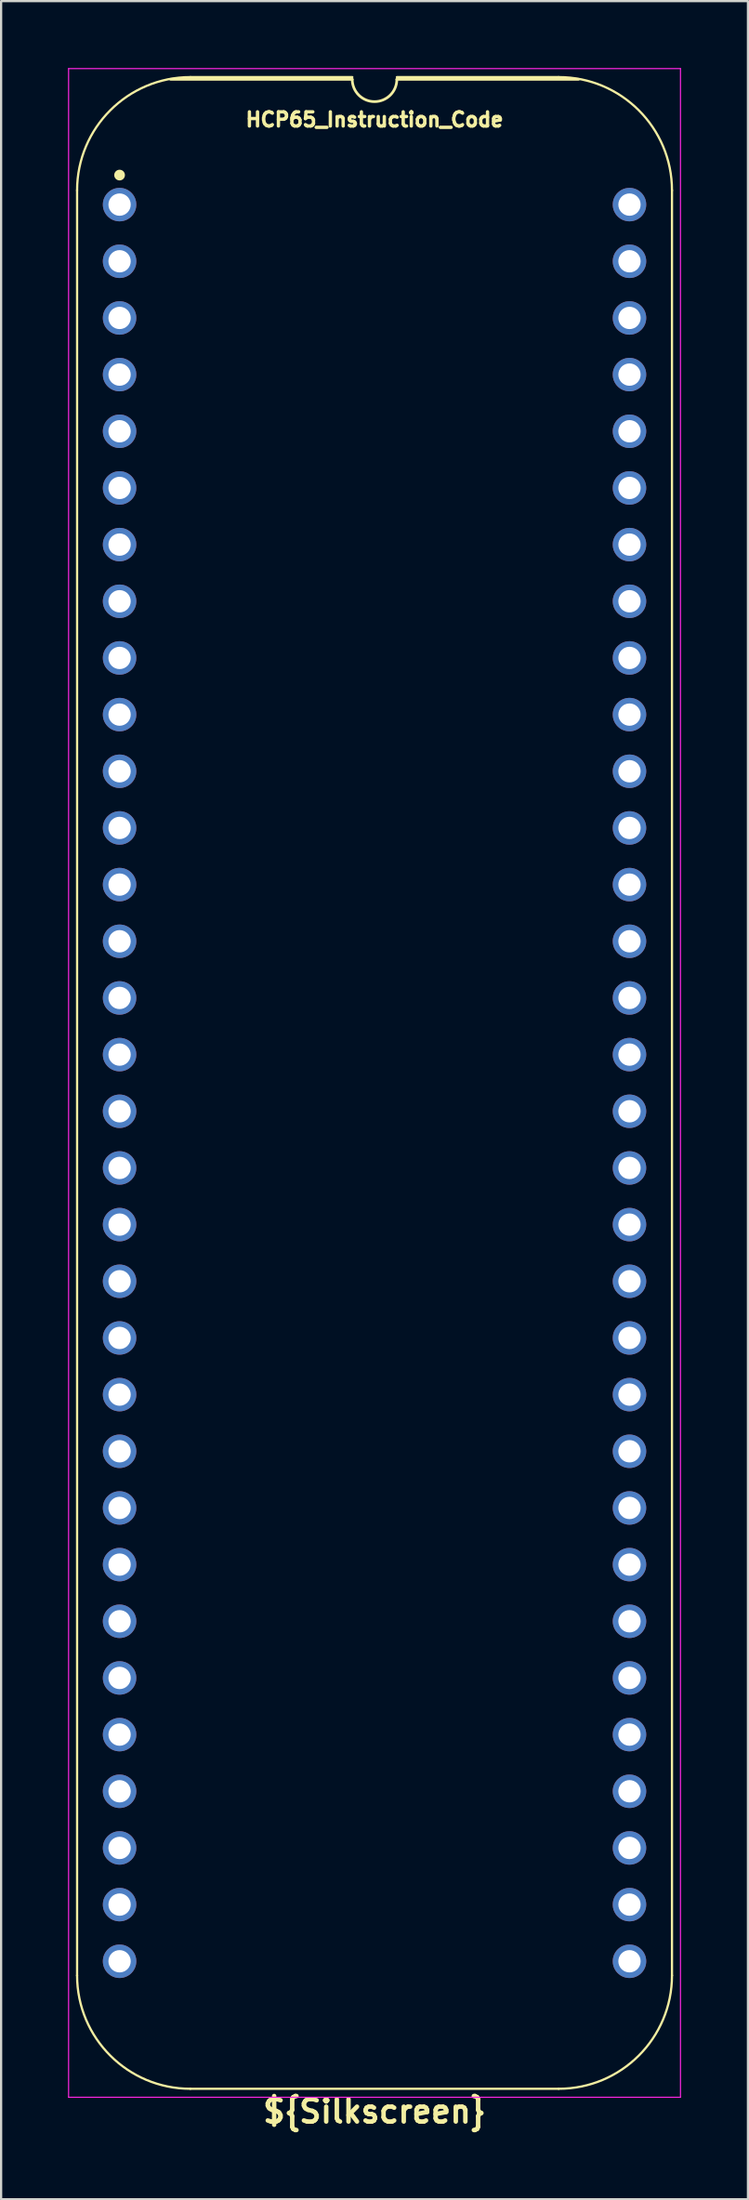
<source format=kicad_pcb>
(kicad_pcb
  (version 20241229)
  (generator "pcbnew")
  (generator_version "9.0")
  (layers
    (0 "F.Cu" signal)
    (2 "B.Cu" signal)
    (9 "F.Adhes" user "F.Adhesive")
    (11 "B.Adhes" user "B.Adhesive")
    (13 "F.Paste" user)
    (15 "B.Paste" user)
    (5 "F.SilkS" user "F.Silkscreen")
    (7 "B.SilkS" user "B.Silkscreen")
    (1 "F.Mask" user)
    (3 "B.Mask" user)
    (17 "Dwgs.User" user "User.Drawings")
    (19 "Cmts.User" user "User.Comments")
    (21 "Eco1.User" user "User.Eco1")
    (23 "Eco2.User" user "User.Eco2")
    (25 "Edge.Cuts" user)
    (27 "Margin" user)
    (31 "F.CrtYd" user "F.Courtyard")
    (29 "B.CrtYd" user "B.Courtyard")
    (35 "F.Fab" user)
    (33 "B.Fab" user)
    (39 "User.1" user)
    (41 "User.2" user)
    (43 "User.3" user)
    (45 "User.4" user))
  (footprint "HCP65_Instruction_Code"
    (layer "F.Cu")
    (at 2.311 6.121)
    (property "Reference" "HCP65_Instruction_Code" (at 11.43 -3.81 0) (layer "F.SilkS") (effects (font (size 0.635 0.635) (thickness 0.15))))
    (property "Silkscreen" "${Silkscreen}" (at 11.43 85.471 0) (layer "F.SilkS") (effects (font (size 1 1) (thickness 0.2))))
    (attr through_hole)
    (fp_line (start -1.905 -0.635) (end -1.905 79.375) (stroke (width 0.1) (type solid)) (layer "F.SilkS"))
    (fp_line (start 10.43 -5.616) (end 2.286 -5.616) (stroke (width 0.12) (type solid)) (layer "F.SilkS"))
    (fp_line (start 10.435 -5.715) (end 3.175 -5.715) (stroke (width 0.1) (type solid)) (layer "F.SilkS"))
    (fp_line (start 19.685 -5.715) (end 12.43 -5.715) (stroke (width 0.1) (type solid)) (layer "F.SilkS"))
    (fp_line (start 19.685 84.455) (end 3.175 84.455) (stroke (width 0.1) (type solid)) (layer "F.SilkS"))
    (fp_line (start 20.574 -5.616) (end 12.43 -5.616) (stroke (width 0.12) (type solid)) (layer "F.SilkS"))
    (fp_line (start 24.765 79.375) (end 24.765 -0.635) (stroke (width 0.1) (type solid)) (layer "F.SilkS"))
    (fp_arc (start -1.905 -0.635) (mid -0.417102 -4.227102) (end 3.175 -5.715) (stroke (width 0.1) (type solid)) (layer "F.SilkS"))
    (fp_arc (start 3.175 84.455) (mid -0.417102 82.967102) (end -1.905 79.375) (stroke (width 0.1) (type solid)) (layer "F.SilkS"))
    (fp_arc (start 12.43 -5.616) (mid 11.43 -4.616) (end 10.43 -5.616) (stroke (width 0.12) (type solid)) (layer "F.SilkS"))
    (fp_arc (start 19.685 -5.715) (mid 23.277102 -4.227102) (end 24.765 -0.635) (stroke (width 0.1) (type solid)) (layer "F.SilkS"))
    (fp_arc (start 24.765 79.375) (mid 23.277102 82.967102) (end 19.685 84.455) (stroke (width 0.1) (type solid)) (layer "F.SilkS"))
    (fp_circle (center 0 -1.323) (end 0.18 -1.323) (stroke (width 0.12) (type solid)) (fill yes) (layer "F.SilkS"))
    (fp_line (start -2.286 -6.096) (end -2.286 84.836) (stroke (width 0.05) (type solid)) (layer "F.CrtYd"))
    (fp_line (start -2.286 -6.096) (end 25.146 -6.096) (stroke (width 0.05) (type solid)) (layer "F.CrtYd"))
    (fp_line (start -2.286 84.836) (end 25.146 84.836) (stroke (width 0.05) (type solid)) (layer "F.CrtYd"))
    (fp_line (start 25.146 84.836) (end 25.146 -6.096) (stroke (width 0.05) (type solid)) (layer "F.CrtYd"))
    (pad "1" thru_hole circle (at 0 0) (size 1.5 1.5) (drill 1) (layers "*.Cu" "*.Mask"))
    (pad "2" thru_hole circle (at 0 2.54) (size 1.5 1.5) (drill 1) (layers "*.Cu" "*.Mask"))
    (pad "3" thru_hole circle (at 0 5.08) (size 1.5 1.5) (drill 1) (layers "*.Cu" "*.Mask"))
    (pad "4" thru_hole circle (at 0 7.62) (size 1.5 1.5) (drill 1) (layers "*.Cu" "*.Mask"))
    (pad "5" thru_hole circle (at 0 10.16) (size 1.5 1.5) (drill 1) (layers "*.Cu" "*.Mask"))
    (pad "6" thru_hole circle (at 0 12.7) (size 1.5 1.5) (drill 1) (layers "*.Cu" "*.Mask"))
    (pad "7" thru_hole circle (at 0 15.24) (size 1.5 1.5) (drill 1) (layers "*.Cu" "*.Mask"))
    (pad "8" thru_hole circle (at 0 17.78) (size 1.5 1.5) (drill 1) (layers "*.Cu" "*.Mask"))
    (pad "9" thru_hole circle (at 0 20.32) (size 1.5 1.5) (drill 1) (layers "*.Cu" "*.Mask"))
    (pad "10" thru_hole circle (at 0 22.86) (size 1.5 1.5) (drill 1) (layers "*.Cu" "*.Mask"))
    (pad "11" thru_hole circle (at 0 25.4) (size 1.5 1.5) (drill 1) (layers "*.Cu" "*.Mask"))
    (pad "12" thru_hole circle (at 0 27.94) (size 1.5 1.5) (drill 1) (layers "*.Cu" "*.Mask"))
    (pad "13" thru_hole circle (at 0 30.48) (size 1.5 1.5) (drill 1) (layers "*.Cu" "*.Mask"))
    (pad "14" thru_hole circle (at 0 33.02) (size 1.5 1.5) (drill 1) (layers "*.Cu" "*.Mask"))
    (pad "15" thru_hole circle (at 0 35.56) (size 1.5 1.5) (drill 1) (layers "*.Cu" "*.Mask"))
    (pad "16" thru_hole circle (at 0 38.1) (size 1.5 1.5) (drill 1) (layers "*.Cu" "*.Mask"))
    (pad "17" thru_hole circle (at 0 40.64) (size 1.5 1.5) (drill 1) (layers "*.Cu" "*.Mask"))
    (pad "18" thru_hole circle (at 0 43.18) (size 1.5 1.5) (drill 1) (layers "*.Cu" "*.Mask"))
    (pad "19" thru_hole circle (at 0 45.72) (size 1.5 1.5) (drill 1) (layers "*.Cu" "*.Mask"))
    (pad "20" thru_hole circle (at 0 48.26) (size 1.5 1.5) (drill 1) (layers "*.Cu" "*.Mask"))
    (pad "21" thru_hole circle (at 0 50.8) (size 1.5 1.5) (drill 1) (layers "*.Cu" "*.Mask"))
    (pad "22" thru_hole circle (at 0 53.34) (size 1.5 1.5) (drill 1) (layers "*.Cu" "*.Mask"))
    (pad "23" thru_hole circle (at 0 55.88) (size 1.5 1.5) (drill 1) (layers "*.Cu" "*.Mask"))
    (pad "24" thru_hole circle (at 0 58.42) (size 1.5 1.5) (drill 1) (layers "*.Cu" "*.Mask"))
    (pad "25" thru_hole circle (at 0 60.96) (size 1.5 1.5) (drill 1) (layers "*.Cu" "*.Mask"))
    (pad "26" thru_hole circle (at 0 63.5) (size 1.5 1.5) (drill 1) (layers "*.Cu" "*.Mask"))
    (pad "27" thru_hole circle (at 0 66.04) (size 1.5 1.5) (drill 1) (layers "*.Cu" "*.Mask"))
    (pad "28" thru_hole circle (at 0 68.58) (size 1.5 1.5) (drill 1) (layers "*.Cu" "*.Mask"))
    (pad "29" thru_hole circle (at 0 71.12) (size 1.5 1.5) (drill 1) (layers "*.Cu" "*.Mask"))
    (pad "30" thru_hole circle (at 0 73.66) (size 1.5 1.5) (drill 1) (layers "*.Cu" "*.Mask"))
    (pad "31" thru_hole circle (at 0 76.2) (size 1.5 1.5) (drill 1) (layers "*.Cu" "*.Mask"))
    (pad "32" thru_hole circle (at 0 78.74) (size 1.5 1.5) (drill 1) (layers "*.Cu" "*.Mask"))
    (pad "33" thru_hole circle (at 22.86 78.74) (size 1.5 1.5) (drill 1) (layers "*.Cu" "*.Mask"))
    (pad "34" thru_hole circle (at 22.86 76.2) (size 1.5 1.5) (drill 1) (layers "*.Cu" "*.Mask"))
    (pad "35" thru_hole circle (at 22.86 73.66) (size 1.5 1.5) (drill 1) (layers "*.Cu" "*.Mask"))
    (pad "36" thru_hole circle (at 22.86 71.12) (size 1.5 1.5) (drill 1) (layers "*.Cu" "*.Mask"))
    (pad "37" thru_hole circle (at 22.86 68.58) (size 1.5 1.5) (drill 1) (layers "*.Cu" "*.Mask"))
    (pad "38" thru_hole circle (at 22.86 66.04) (size 1.5 1.5) (drill 1) (layers "*.Cu" "*.Mask"))
    (pad "39" thru_hole circle (at 22.86 63.5) (size 1.5 1.5) (drill 1) (layers "*.Cu" "*.Mask"))
    (pad "40" thru_hole circle (at 22.86 60.96) (size 1.5 1.5) (drill 1) (layers "*.Cu" "*.Mask"))
    (pad "41" thru_hole circle (at 22.86 58.42) (size 1.5 1.5) (drill 1) (layers "*.Cu" "*.Mask"))
    (pad "42" thru_hole circle (at 22.86 55.88) (size 1.5 1.5) (drill 1) (layers "*.Cu" "*.Mask"))
    (pad "43" thru_hole circle (at 22.86 53.34) (size 1.5 1.5) (drill 1) (layers "*.Cu" "*.Mask"))
    (pad "44" thru_hole circle (at 22.86 50.8) (size 1.5 1.5) (drill 1) (layers "*.Cu" "*.Mask"))
    (pad "45" thru_hole circle (at 22.86 48.26) (size 1.5 1.5) (drill 1) (layers "*.Cu" "*.Mask"))
    (pad "46" thru_hole circle (at 22.86 45.72) (size 1.5 1.5) (drill 1) (layers "*.Cu" "*.Mask"))
    (pad "47" thru_hole circle (at 22.86 43.18) (size 1.5 1.5) (drill 1) (layers "*.Cu" "*.Mask"))
    (pad "48" thru_hole circle (at 22.86 40.64) (size 1.5 1.5) (drill 1) (layers "*.Cu" "*.Mask"))
    (pad "49" thru_hole circle (at 22.86 38.1) (size 1.5 1.5) (drill 1) (layers "*.Cu" "*.Mask"))
    (pad "50" thru_hole circle (at 22.86 35.56) (size 1.5 1.5) (drill 1) (layers "*.Cu" "*.Mask"))
    (pad "51" thru_hole circle (at 22.86 33.02) (size 1.5 1.5) (drill 1) (layers "*.Cu" "*.Mask"))
    (pad "52" thru_hole circle (at 22.86 30.48) (size 1.5 1.5) (drill 1) (layers "*.Cu" "*.Mask"))
    (pad "53" thru_hole circle (at 22.86 27.94) (size 1.5 1.5) (drill 1) (layers "*.Cu" "*.Mask"))
    (pad "54" thru_hole circle (at 22.86 25.4) (size 1.5 1.5) (drill 1) (layers "*.Cu" "*.Mask"))
    (pad "55" thru_hole circle (at 22.86 22.86) (size 1.5 1.5) (drill 1) (layers "*.Cu" "*.Mask"))
    (pad "56" thru_hole circle (at 22.86 20.32) (size 1.5 1.5) (drill 1) (layers "*.Cu" "*.Mask"))
    (pad "57" thru_hole circle (at 22.86 17.78) (size 1.5 1.5) (drill 1) (layers "*.Cu" "*.Mask"))
    (pad "58" thru_hole circle (at 22.86 15.24) (size 1.5 1.5) (drill 1) (layers "*.Cu" "*.Mask"))
    (pad "59" thru_hole circle (at 22.86 12.7) (size 1.5 1.5) (drill 1) (layers "*.Cu" "*.Mask"))
    (pad "60" thru_hole circle (at 22.86 10.16) (size 1.5 1.5) (drill 1) (layers "*.Cu" "*.Mask"))
    (pad "61" thru_hole circle (at 22.86 7.62) (size 1.5 1.5) (drill 1) (layers "*.Cu" "*.Mask"))
    (pad "62" thru_hole circle (at 22.86 5.08) (size 1.5 1.5) (drill 1) (layers "*.Cu" "*.Mask"))
    (pad "63" thru_hole circle (at 22.86 2.54) (size 1.5 1.5) (drill 1) (layers "*.Cu" "*.Mask"))
    (pad "64" thru_hole circle (at 22.86 0) (size 1.5 1.5) (drill 1) (layers "*.Cu" "*.Mask")))
  (gr_rect
    (start -3 -3)
    (end 30.482 95.528)
    (stroke (width 0.1) (type default))
    (fill no)
    (layer "Edge.Cuts")))
</source>
